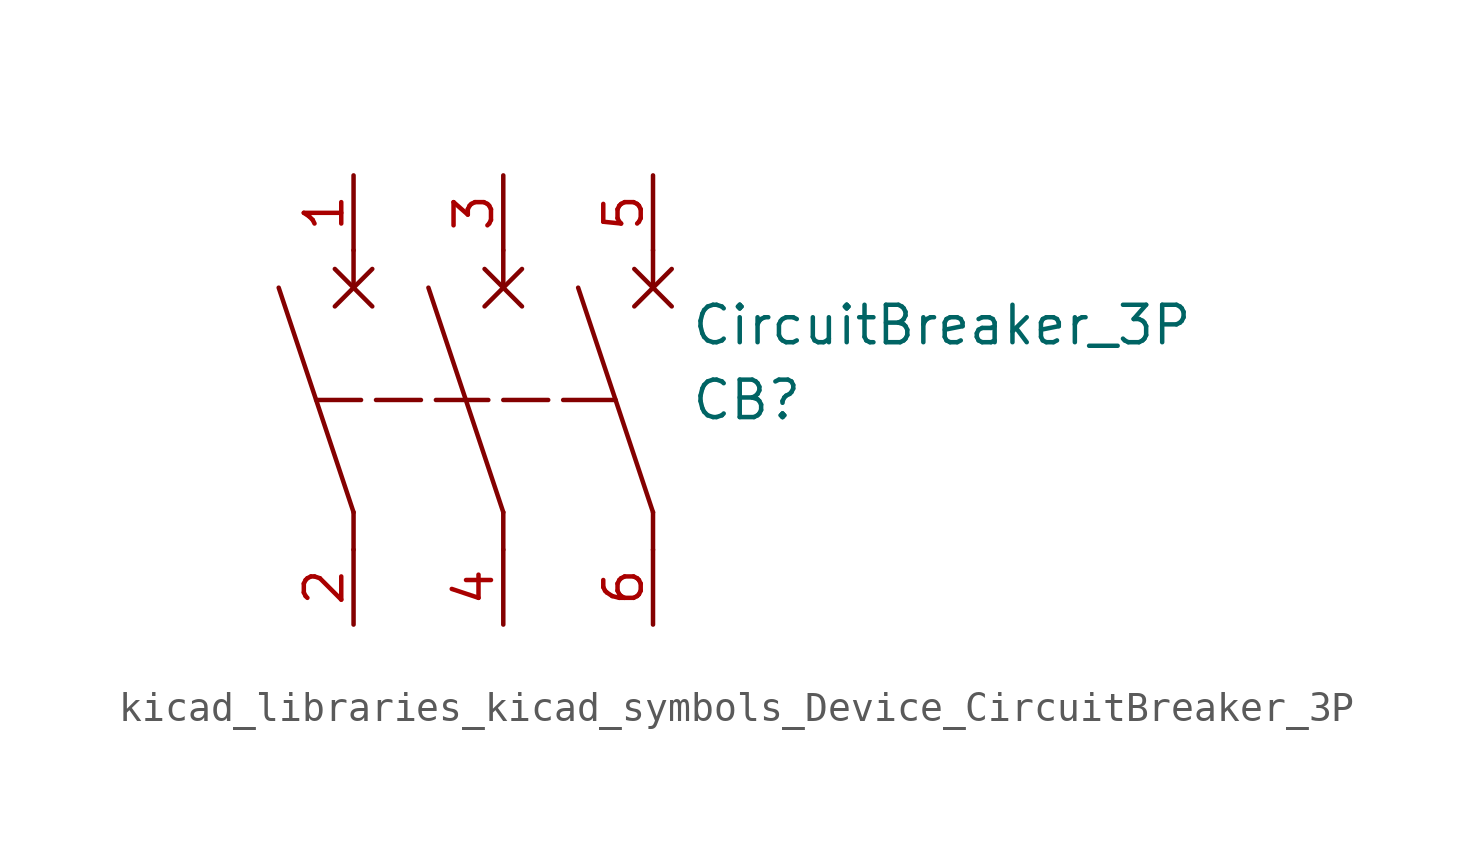
<source format=kicad_sym>
(kicad_symbol_lib
  (version 20220914)
  (generator kicad_symbol_editor)
  (symbol "kicad_libraries_kicad_symbols_Device_CircuitBreaker_3P"
    (property "Reference" "CB"
      (at 6.35 0 0)
      (effects (font (size 1.27 1.27)) (justify left)))
    (property "Value" "CircuitBreaker_3P"
      (at 6.35 2.54 0)
      (effects (font (size 1.27 1.27)) (justify left)))
    (symbol "kicad_libraries_kicad_symbols_Device_CircuitBreaker_3P_0_1"
      (polyline (pts (xy -6.35 0) (xy -4.826 0)) (stroke (width 0) (type default)) (fill (type none)))
      (polyline (pts (xy -5.715 4.445) (xy -4.445 3.175)) (stroke (width 0) (type default)) (fill (type none)))
      (polyline (pts (xy -5.08 -5.08) (xy -5.08 -3.81)) (stroke (width 0) (type default)) (fill (type none)))
      (polyline (pts (xy -5.08 -3.81) (xy -7.62 3.81)) (stroke (width 0) (type default)) (fill (type none)))
      (polyline (pts (xy -5.08 5.08) (xy -5.08 3.81)) (stroke (width 0) (type default)) (fill (type none)))
      (polyline (pts (xy -4.445 4.445) (xy -5.715 3.175)) (stroke (width 0) (type default)) (fill (type none)))
      (polyline (pts (xy -2.286 0) (xy -0.508 0)) (stroke (width 0) (type default)) (fill (type none)))
      (polyline (pts (xy 0 -5.08) (xy 0 -3.81)) (stroke (width 0) (type default)) (fill (type none)))
      (polyline (pts (xy 0 -3.81) (xy -2.54 3.81)) (stroke (width 0) (type default)) (fill (type none)))
      (polyline (pts (xy 0 0) (xy 1.524 0)) (stroke (width 0) (type default)) (fill (type none)))
      (polyline (pts (xy 0 5.08) (xy 0 3.81)) (stroke (width 0) (type default)) (fill (type none)))
      (polyline (pts (xy 0.635 4.445) (xy -0.635 3.175)) (stroke (width 0) (type default)) (fill (type none)))
      (polyline (pts (xy 2.032 0) (xy 3.81 0)) (stroke (width 0) (type default)) (fill (type none)))
      (polyline (pts (xy 4.445 4.445) (xy 5.715 3.175)) (stroke (width 0) (type default)) (fill (type none)))
      (polyline (pts (xy 5.08 -5.08) (xy 5.08 -3.81)) (stroke (width 0) (type default)) (fill (type none)))
      (polyline (pts (xy 5.08 -3.81) (xy 2.54 3.81)) (stroke (width 0) (type default)) (fill (type none)))
      (polyline (pts (xy 5.08 5.08) (xy 5.08 3.81)) (stroke (width 0) (type default)) (fill (type none)))
      (polyline (pts (xy 5.715 4.445) (xy 4.445 3.175)) (stroke (width 0) (type default)) (fill (type none)))
      (polyline (pts (xy -4.318 0) (xy -2.794 0) (xy -3.048 0)) (stroke (width 0) (type default)) (fill (type none)))
      (polyline (pts (xy -0.635 4.445) (xy 0 3.81) (xy 0.635 3.175)) (stroke (width 0) (type default)) (fill (type none))))
    (symbol "kicad_libraries_kicad_symbols_Device_CircuitBreaker_3P_1_1"
      (pin passive line (at -5.08 7.62 270) (length 2.54) (name "~" (effects (font (size 1.27 1.27)))) (number "1" (effects (font (size 1.27 1.27)))))
      (pin passive line (at -5.08 -7.62 90) (length 2.54) (name "~" (effects (font (size 1.27 1.27)))) (number "2" (effects (font (size 1.27 1.27)))))
      (pin passive line (at 0 7.62 270) (length 2.54) (name "~" (effects (font (size 1.27 1.27)))) (number "3" (effects (font (size 1.27 1.27)))))
      (pin passive line (at 0 -7.62 90) (length 2.54) (name "~" (effects (font (size 1.27 1.27)))) (number "4" (effects (font (size 1.27 1.27)))))
      (pin passive line (at 5.08 7.62 270) (length 2.54) (name "~" (effects (font (size 1.27 1.27)))) (number "5" (effects (font (size 1.27 1.27)))))
      (pin passive line (at 5.08 -7.62 90) (length 2.54) (name "~" (effects (font (size 1.27 1.27)))) (number "6" (effects (font (size 1.27 1.27))))))))
</source>
